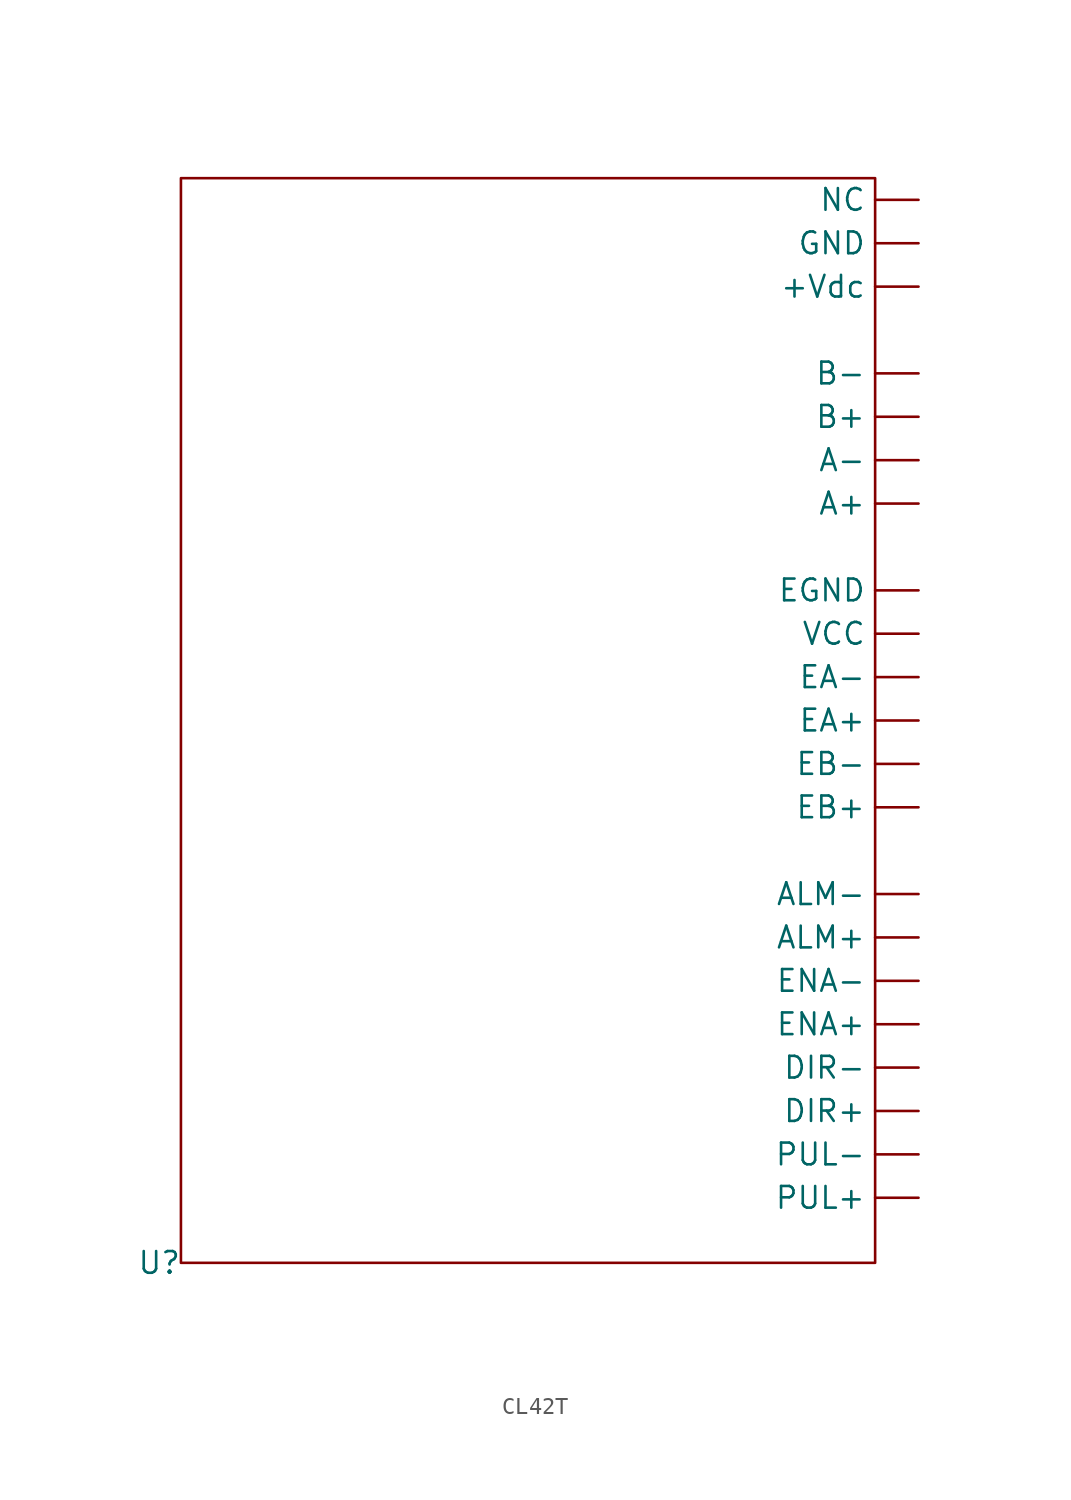
<source format=kicad_sym>
(kicad_symbol_lib
  (version 20231120)
  (generator "kicad_symbol_editor")
  (generator_version "8.0")
  (symbol "CL42T"
    (property "Reference" "U"
      (at 0 0 0)
      (effects (font (size 1.27 1.27))))
    (property "Value" ""
      (at 0 0 0)
      (effects (font (size 1.27 1.27))))
    (symbol "CL42T_0_1"
      (rectangle (start 1.27 63.5) (end 41.91 0) (stroke (width 0) (type default)) (fill (type none))))
    (symbol "CL42T_1_1"
      (pin input line (at 44.45 57.15 180) (length 2.54) (name "+Vdc" (effects (font (size 1.27 1.27)))) (number "" (effects (font (size 1.27 1.27)))))
      (pin input line (at 44.45 44.45 180) (length 2.54) (name "A+" (effects (font (size 1.27 1.27)))) (number "" (effects (font (size 1.27 1.27)))))
      (pin input line (at 44.45 46.99 180) (length 2.54) (name "A-" (effects (font (size 1.27 1.27)))) (number "" (effects (font (size 1.27 1.27)))))
      (pin input line (at 44.45 19.05 180) (length 2.54) (name "ALM+" (effects (font (size 1.27 1.27)))) (number "" (effects (font (size 1.27 1.27)))))
      (pin input line (at 44.45 21.59 180) (length 2.54) (name "ALM-" (effects (font (size 1.27 1.27)))) (number "" (effects (font (size 1.27 1.27)))))
      (pin input line (at 44.45 49.53 180) (length 2.54) (name "B+" (effects (font (size 1.27 1.27)))) (number "" (effects (font (size 1.27 1.27)))))
      (pin input line (at 44.45 52.07 180) (length 2.54) (name "B-" (effects (font (size 1.27 1.27)))) (number "" (effects (font (size 1.27 1.27)))))
      (pin input line (at 44.45 8.89 180) (length 2.54) (name "DIR+" (effects (font (size 1.27 1.27)))) (number "" (effects (font (size 1.27 1.27)))))
      (pin input line (at 44.45 11.43 180) (length 2.54) (name "DIR-" (effects (font (size 1.27 1.27)))) (number "" (effects (font (size 1.27 1.27)))))
      (pin input line (at 44.45 31.75 180) (length 2.54) (name "EA+" (effects (font (size 1.27 1.27)))) (number "" (effects (font (size 1.27 1.27)))))
      (pin input line (at 44.45 34.29 180) (length 2.54) (name "EA-" (effects (font (size 1.27 1.27)))) (number "" (effects (font (size 1.27 1.27)))))
      (pin input line (at 44.45 26.67 180) (length 2.54) (name "EB+" (effects (font (size 1.27 1.27)))) (number "" (effects (font (size 1.27 1.27)))))
      (pin input line (at 44.45 29.21 180) (length 2.54) (name "EB-" (effects (font (size 1.27 1.27)))) (number "" (effects (font (size 1.27 1.27)))))
      (pin input line (at 44.45 39.37 180) (length 2.54) (name "EGND" (effects (font (size 1.27 1.27)))) (number "" (effects (font (size 1.27 1.27)))))
      (pin input line (at 44.45 13.97 180) (length 2.54) (name "ENA+" (effects (font (size 1.27 1.27)))) (number "" (effects (font (size 1.27 1.27)))))
      (pin input line (at 44.45 16.51 180) (length 2.54) (name "ENA-" (effects (font (size 1.27 1.27)))) (number "" (effects (font (size 1.27 1.27)))))
      (pin input line (at 44.45 59.69 180) (length 2.54) (name "GND" (effects (font (size 1.27 1.27)))) (number "" (effects (font (size 1.27 1.27)))))
      (pin input line (at 44.45 62.23 180) (length 2.54) (name "NC" (effects (font (size 1.27 1.27)))) (number "" (effects (font (size 1.27 1.27)))))
      (pin input line (at 44.45 3.81 180) (length 2.54) (name "PUL+" (effects (font (size 1.27 1.27)))) (number "" (effects (font (size 1.27 1.27)))))
      (pin input line (at 44.45 6.35 180) (length 2.54) (name "PUL-" (effects (font (size 1.27 1.27)))) (number "" (effects (font (size 1.27 1.27)))))
      (pin input line (at 44.45 36.83 180) (length 2.54) (name "VCC" (effects (font (size 1.27 1.27)))) (number "" (effects (font (size 1.27 1.27))))))))
</source>
